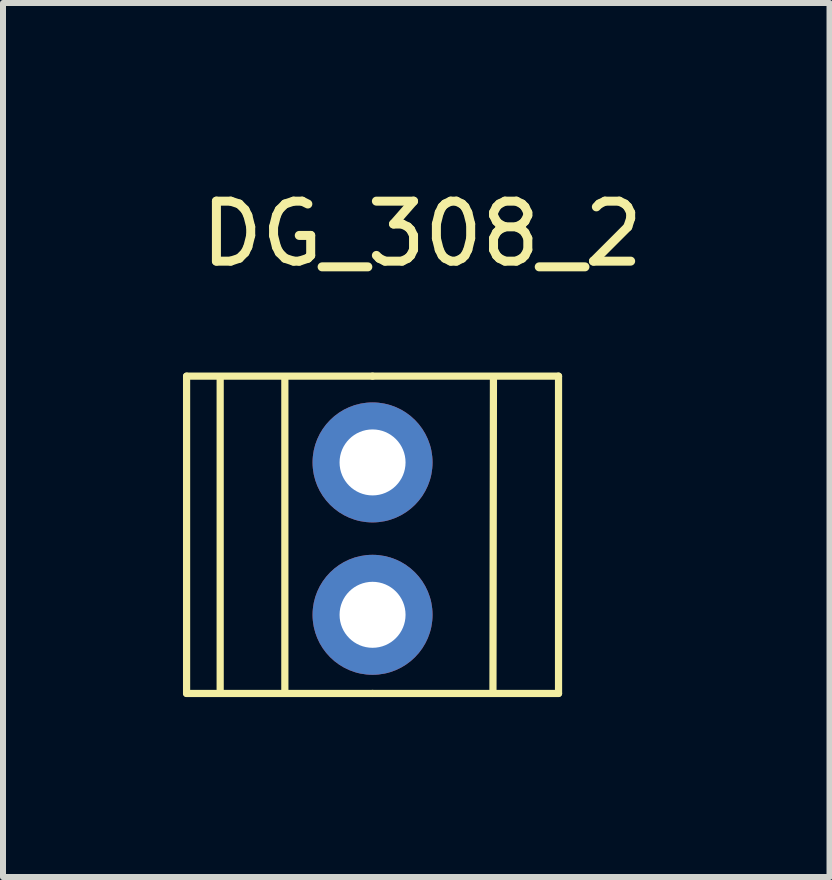
<source format=kicad_pcb>
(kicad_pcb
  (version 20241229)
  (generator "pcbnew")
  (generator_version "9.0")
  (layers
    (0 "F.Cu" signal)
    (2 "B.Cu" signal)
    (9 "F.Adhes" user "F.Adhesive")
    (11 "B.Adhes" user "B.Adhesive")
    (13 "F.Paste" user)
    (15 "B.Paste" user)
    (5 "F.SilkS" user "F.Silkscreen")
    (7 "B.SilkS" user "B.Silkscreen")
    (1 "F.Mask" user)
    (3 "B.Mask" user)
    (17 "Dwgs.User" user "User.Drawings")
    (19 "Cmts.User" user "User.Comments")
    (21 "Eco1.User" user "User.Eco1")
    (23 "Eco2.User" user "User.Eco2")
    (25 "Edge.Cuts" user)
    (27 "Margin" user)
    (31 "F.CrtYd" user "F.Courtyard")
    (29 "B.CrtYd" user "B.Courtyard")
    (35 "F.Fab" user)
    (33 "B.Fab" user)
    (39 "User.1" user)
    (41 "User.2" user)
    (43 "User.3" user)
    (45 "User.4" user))
  (footprint "DG_308_2"
    (layer "F.Cu")
    (at 5.7 2.118)
    (property "Reference" "DG_308_2" (at -1.714 -1.27 0) (layer "F.SilkS") (effects (font (size 1 1) (thickness 0.15))))
    (attr through_hole)
    (fp_line (start -5.64 1.102) (end -5.64 6.391) (stroke (width 0.12) (type solid)) (layer "F.SilkS"))
    (fp_line (start -5.08 1.143) (end -5.08 6.35) (stroke (width 0.12) (type solid)) (layer "F.SilkS"))
    (fp_line (start -4.002 1.143) (end -4.002 6.35) (stroke (width 0.12) (type solid)) (layer "F.SilkS"))
    (fp_line (start -2.54 1.102) (end -5.64 1.102) (stroke (width 0.12) (type solid)) (layer "F.SilkS"))
    (fp_line (start -2.54 6.391) (end -5.64 6.391) (stroke (width 0.12) (type solid)) (layer "F.SilkS"))
    (fp_line (start -0.525 1.143) (end -0.533 6.35) (stroke (width 0.12) (type solid)) (layer "F.SilkS"))
    (fp_line (start 0.56 1.102) (end -2.54 1.102) (stroke (width 0.12) (type solid)) (layer "F.SilkS"))
    (fp_line (start 0.56 1.102) (end 0.56 6.391) (stroke (width 0.12) (type solid)) (layer "F.SilkS"))
    (fp_line (start 0.56 6.391) (end -2.54 6.391) (stroke (width 0.12) (type solid)) (layer "F.SilkS"))
    (pad "1" thru_hole circle (at -2.54 2.54) (size 2 2) (drill 1.1) (layers "*.Cu" "*.Mask"))
    (pad "2" thru_hole circle (at -2.54 5.08) (size 2 2) (drill 1.1) (layers "*.Cu" "*.Mask")))
  (gr_rect
    (start -3 -3)
    (end 10.777 11.569)
    (stroke (width 0.1) (type default))
    (fill no)
    (layer "Edge.Cuts")))
</source>
